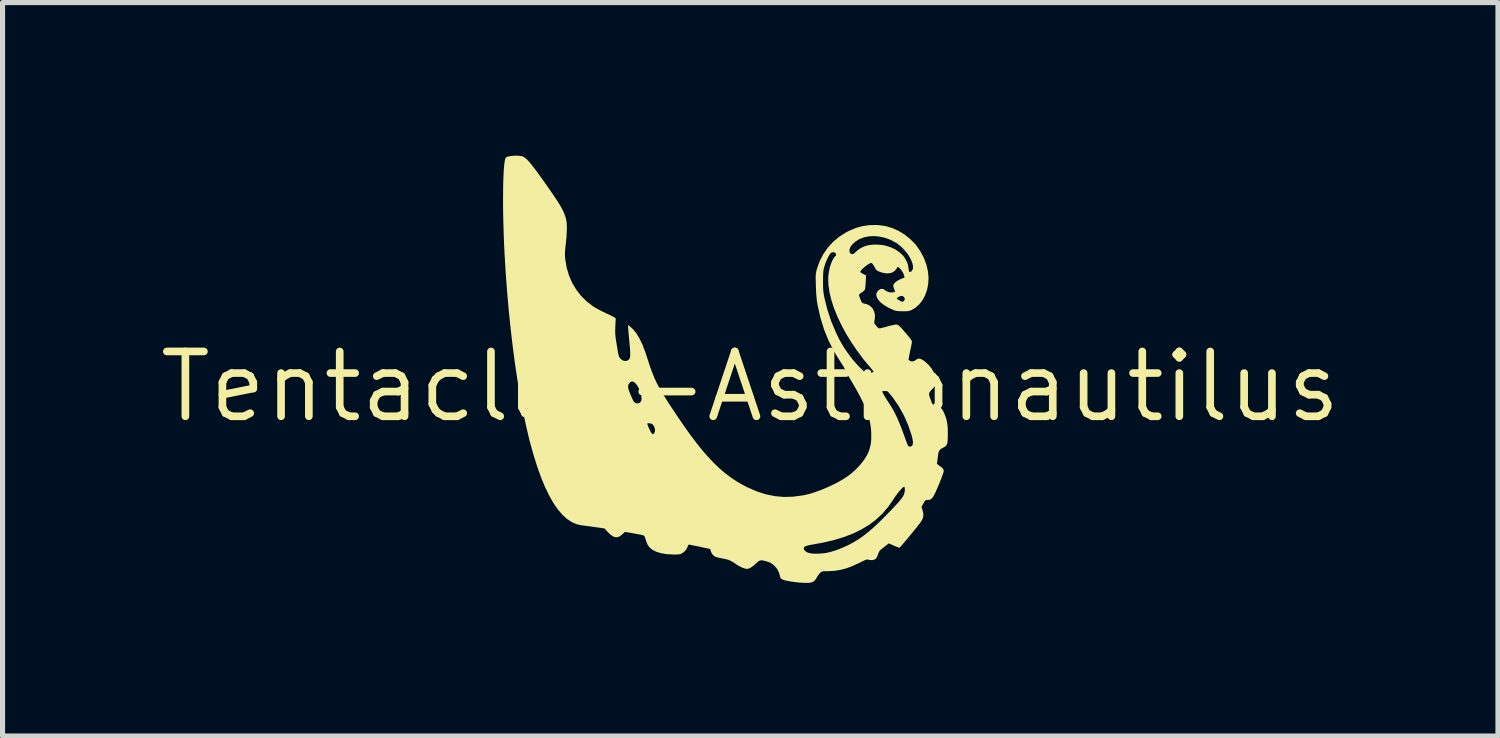
<source format=kicad_pcb>
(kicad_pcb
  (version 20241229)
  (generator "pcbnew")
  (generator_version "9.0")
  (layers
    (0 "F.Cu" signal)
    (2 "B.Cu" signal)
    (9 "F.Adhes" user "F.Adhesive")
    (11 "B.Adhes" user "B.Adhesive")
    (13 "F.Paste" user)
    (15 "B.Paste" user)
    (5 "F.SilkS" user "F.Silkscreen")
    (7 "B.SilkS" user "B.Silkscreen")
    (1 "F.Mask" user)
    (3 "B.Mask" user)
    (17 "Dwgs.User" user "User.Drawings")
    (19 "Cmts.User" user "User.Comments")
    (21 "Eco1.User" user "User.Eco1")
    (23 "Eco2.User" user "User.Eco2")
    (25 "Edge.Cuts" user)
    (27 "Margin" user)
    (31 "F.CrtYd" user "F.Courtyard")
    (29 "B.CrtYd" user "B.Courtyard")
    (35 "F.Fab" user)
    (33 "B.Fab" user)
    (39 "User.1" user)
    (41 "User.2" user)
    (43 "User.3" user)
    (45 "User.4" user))
  (footprint "Tentacle5-Astronautilus"
    (layer "F.Cu")
    (at 11.649 4.526)
    (property "Reference" "Tentacle5-Astronautilus" (at 0 0 0) (layer "F.SilkS") (effects (font (size 1.27 1.27) (thickness 0.15))))
    (attr board_only exclude_from_pos_files exclude_from_bom)
    (fp_poly (pts (xy -4.52 -4.523) (xy -4.475 -4.516) (xy -4.457 -4.51) (xy -4.431 -4.496) (xy -4.405 -4.477) (xy -4.375 -4.452) (xy -4.342 -4.417) (xy -4.304 -4.373) (xy -4.26 -4.317) (xy -4.207 -4.248) (xy -4.146 -4.165) (xy -4.075 -4.066) (xy -4.053 -4.036) (xy -3.968 -3.915) (xy -3.894 -3.809) (xy -3.831 -3.717) (xy -3.778 -3.636) (xy -3.734 -3.566) (xy -3.698 -3.503) (xy -3.669 -3.447) (xy -3.646 -3.396) (xy -3.628 -3.348) (xy -3.614 -3.301) (xy -3.603 -3.254) (xy -3.601 -3.244) (xy -3.595 -3.191) (xy -3.593 -3.119) (xy -3.595 -3.033) (xy -3.601 -2.934) (xy -3.611 -2.825) (xy -3.618 -2.765) (xy -3.625 -2.697) (xy -3.63 -2.643) (xy -3.631 -2.597) (xy -3.629 -2.551) (xy -3.625 -2.499) (xy -3.624 -2.493) (xy -3.597 -2.333) (xy -3.552 -2.18) (xy -3.489 -2.035) (xy -3.408 -1.9) (xy -3.312 -1.777) (xy -3.202 -1.668) (xy -3.077 -1.573) (xy -3.04 -1.55) (xy -3.002 -1.528) (xy -2.951 -1.501) (xy -2.891 -1.47) (xy -2.828 -1.44) (xy -2.796 -1.425) (xy -2.735 -1.396) (xy -2.691 -1.374) (xy -2.661 -1.358) (xy -2.643 -1.345) (xy -2.636 -1.335) (xy -2.635 -1.329) (xy -2.636 -1.311) (xy -2.639 -1.276) (xy -2.641 -1.23) (xy -2.644 -1.177) (xy -2.644 -1.17) (xy -2.646 -1.099) (xy -2.645 -1.039) (xy -2.64 -0.98) (xy -2.631 -0.913) (xy -2.629 -0.9) (xy -2.619 -0.84) (xy -2.609 -0.779) (xy -2.601 -0.724) (xy -2.595 -0.689) (xy -2.587 -0.645) (xy -2.576 -0.606) (xy -2.566 -0.579) (xy -2.565 -0.579) (xy -2.534 -0.539) (xy -2.495 -0.513) (xy -2.453 -0.503) (xy -2.413 -0.508) (xy -2.379 -0.53) (xy -2.377 -0.533) (xy -2.367 -0.547) (xy -2.359 -0.565) (xy -2.354 -0.589) (xy -2.352 -0.621) (xy -2.352 -0.664) (xy -2.355 -0.72) (xy -2.36 -0.791) (xy -2.368 -0.88) (xy -2.373 -0.927) (xy -2.379 -0.995) (xy -2.385 -1.058) (xy -2.389 -1.111) (xy -2.392 -1.152) (xy -2.394 -1.176) (xy -2.394 -1.179) (xy -2.394 -1.209) (xy -2.355 -1.179) (xy -2.29 -1.118) (xy -2.227 -1.038) (xy -2.167 -0.938) (xy -2.111 -0.82) (xy -2.059 -0.686) (xy -2.035 -0.614) (xy -2 -0.505) (xy -1.968 -0.408) (xy -1.937 -0.321) (xy -1.906 -0.24) (xy -1.875 -0.164) (xy -1.841 -0.091) (xy -1.803 -0.017) (xy -1.761 0.06) (xy -1.713 0.142) (xy -1.657 0.231) (xy -1.593 0.331) (xy -1.519 0.443) (xy -1.441 0.56) (xy -1.307 0.757) (xy -1.18 0.936) (xy -1.058 1.097) (xy -0.942 1.243) (xy -0.828 1.374) (xy -0.717 1.491) (xy -0.607 1.597) (xy -0.497 1.691) (xy -0.385 1.776) (xy -0.27 1.853) (xy -0.152 1.922) (xy -0.048 1.975) (xy 0.129 2.052) (xy 0.304 2.108) (xy 0.479 2.144) (xy 0.656 2.16) (xy 0.836 2.155) (xy 1.022 2.131) (xy 1.07 2.122) (xy 1.174 2.097) (xy 1.29 2.059) (xy 1.413 2.013) (xy 1.538 1.959) (xy 1.66 1.901) (xy 1.775 1.839) (xy 1.877 1.776) (xy 1.88 1.774) (xy 1.98 1.7) (xy 2.073 1.617) (xy 2.157 1.527) (xy 2.229 1.435) (xy 2.286 1.344) (xy 2.311 1.292) (xy 2.339 1.216) (xy 2.357 1.142) (xy 2.368 1.062) (xy 2.371 0.971) (xy 2.37 0.906) (xy 2.364 0.814) (xy 2.351 0.723) (xy 2.331 0.632) (xy 2.304 0.538) (xy 2.267 0.439) (xy 2.222 0.333) (xy 2.165 0.218) (xy 2.098 0.092) (xy 2.097 0.09) (xy 2.584 0.09) (xy 2.59 0.107) (xy 2.605 0.138) (xy 2.629 0.179) (xy 2.657 0.227) (xy 2.69 0.279) (xy 2.713 0.314) (xy 2.763 0.392) (xy 2.809 0.473) (xy 2.854 0.56) (xy 2.898 0.656) (xy 2.943 0.764) (xy 2.99 0.887) (xy 3.031 1) (xy 3.05 1.054) (xy 3.068 1.1) (xy 3.082 1.136) (xy 3.092 1.158) (xy 3.095 1.162) (xy 3.117 1.174) (xy 3.146 1.172) (xy 3.169 1.158) (xy 3.184 1.132) (xy 3.188 1.09) (xy 3.18 1.031) (xy 3.162 0.955) (xy 3.16 0.95) (xy 3.094 0.753) (xy 3.01 0.563) (xy 2.91 0.383) (xy 2.795 0.216) (xy 2.753 0.163) (xy 2.723 0.127) (xy 2.702 0.104) (xy 2.685 0.091) (xy 2.668 0.086) (xy 2.646 0.085) (xy 2.637 0.085) (xy 2.607 0.086) (xy 2.588 0.088) (xy 2.584 0.09) (xy 2.097 0.09) (xy 2.018 -0.048) (xy 1.98 -0.112) (xy 1.944 -0.173) (xy 1.912 -0.229) (xy 1.886 -0.276) (xy 1.866 -0.313) (xy 1.855 -0.336) (xy 1.854 -0.342) (xy 1.848 -0.357) (xy 1.832 -0.385) (xy 1.809 -0.423) (xy 1.78 -0.467) (xy 1.776 -0.474) (xy 1.647 -0.681) (xy 1.537 -0.896) (xy 1.446 -1.12) (xy 1.374 -1.355) (xy 1.319 -1.6) (xy 1.307 -1.67) (xy 1.302 -1.714) (xy 1.296 -1.774) (xy 1.291 -1.844) (xy 1.287 -1.919) (xy 1.285 -1.993) (xy 1.283 -2.065) (xy 1.426 -2.065) (xy 1.426 -1.991) (xy 1.427 -1.932) (xy 1.43 -1.884) (xy 1.435 -1.84) (xy 1.442 -1.796) (xy 1.452 -1.745) (xy 1.454 -1.736) (xy 1.512 -1.505) (xy 1.587 -1.279) (xy 1.678 -1.063) (xy 1.715 -0.986) (xy 1.759 -0.899) (xy 1.802 -0.824) (xy 1.846 -0.752) (xy 1.897 -0.678) (xy 1.955 -0.598) (xy 2.006 -0.533) (xy 2.062 -0.468) (xy 2.12 -0.404) (xy 2.179 -0.345) (xy 2.237 -0.29) (xy 2.29 -0.244) (xy 2.338 -0.207) (xy 2.377 -0.183) (xy 2.407 -0.172) (xy 2.414 -0.172) (xy 2.434 -0.178) (xy 2.443 -0.196) (xy 2.445 -0.209) (xy 2.444 -0.236) (xy 2.435 -0.265) (xy 2.415 -0.298) (xy 2.383 -0.34) (xy 2.357 -0.371) (xy 2.221 -0.533) (xy 2.096 -0.7) (xy 1.981 -0.869) (xy 1.877 -1.038) (xy 1.786 -1.208) (xy 1.707 -1.374) (xy 1.641 -1.537) (xy 1.59 -1.695) (xy 1.553 -1.846) (xy 1.532 -1.988) (xy 1.527 -2.12) (xy 1.529 -2.16) (xy 1.54 -2.247) (xy 1.557 -2.33) (xy 1.581 -2.407) (xy 1.608 -2.473) (xy 1.638 -2.524) (xy 1.659 -2.548) (xy 1.678 -2.568) (xy 1.682 -2.586) (xy 1.678 -2.603) (xy 1.66 -2.627) (xy 1.631 -2.636) (xy 1.598 -2.63) (xy 1.583 -2.622) (xy 1.564 -2.602) (xy 1.541 -2.566) (xy 1.516 -2.519) (xy 1.491 -2.465) (xy 1.469 -2.408) (xy 1.451 -2.353) (xy 1.449 -2.346) (xy 1.441 -2.312) (xy 1.434 -2.278) (xy 1.43 -2.242) (xy 1.428 -2.197) (xy 1.426 -2.14) (xy 1.426 -2.066) (xy 1.426 -2.065) (xy 1.283 -2.065) (xy 1.283 -2.067) (xy 1.282 -2.123) (xy 1.282 -2.167) (xy 1.284 -2.201) (xy 1.287 -2.23) (xy 1.293 -2.258) (xy 1.301 -2.289) (xy 1.307 -2.31) (xy 1.359 -2.458) (xy 1.43 -2.595) (xy 1.47 -2.653) (xy 1.942 -2.653) (xy 1.95 -2.628) (xy 1.973 -2.602) (xy 2.002 -2.596) (xy 2.034 -2.609) (xy 2.056 -2.63) (xy 2.101 -2.673) (xy 2.16 -2.713) (xy 2.229 -2.746) (xy 2.252 -2.755) (xy 2.323 -2.773) (xy 2.406 -2.783) (xy 2.495 -2.784) (xy 2.583 -2.776) (xy 2.643 -2.765) (xy 2.753 -2.731) (xy 2.851 -2.684) (xy 2.934 -2.625) (xy 3.003 -2.557) (xy 3.054 -2.48) (xy 3.088 -2.396) (xy 3.101 -2.319) (xy 3.107 -2.274) (xy 3.116 -2.25) (xy 3.131 -2.245) (xy 3.153 -2.258) (xy 3.167 -2.271) (xy 3.186 -2.307) (xy 3.19 -2.353) (xy 3.18 -2.407) (xy 3.158 -2.468) (xy 3.126 -2.533) (xy 3.084 -2.599) (xy 3.033 -2.663) (xy 2.976 -2.724) (xy 2.913 -2.779) (xy 2.862 -2.815) (xy 2.758 -2.873) (xy 2.65 -2.914) (xy 2.541 -2.94) (xy 2.432 -2.951) (xy 2.327 -2.946) (xy 2.227 -2.926) (xy 2.136 -2.89) (xy 2.055 -2.839) (xy 1.999 -2.787) (xy 1.965 -2.741) (xy 1.946 -2.695) (xy 1.942 -2.653) (xy 1.47 -2.653) (xy 1.517 -2.722) (xy 1.621 -2.836) (xy 1.74 -2.936) (xy 1.873 -3.021) (xy 1.94 -3.056) (xy 2.07 -3.11) (xy 2.199 -3.146) (xy 2.332 -3.165) (xy 2.473 -3.168) (xy 2.521 -3.165) (xy 2.65 -3.147) (xy 2.778 -3.109) (xy 2.903 -3.054) (xy 3.022 -2.982) (xy 3.132 -2.895) (xy 3.23 -2.795) (xy 3.256 -2.764) (xy 3.336 -2.647) (xy 3.401 -2.524) (xy 3.45 -2.395) (xy 3.48 -2.265) (xy 3.493 -2.136) (xy 3.487 -2.018) (xy 3.464 -1.898) (xy 3.425 -1.789) (xy 3.374 -1.693) (xy 3.309 -1.611) (xy 3.233 -1.545) (xy 3.169 -1.507) (xy 3.141 -1.494) (xy 3.116 -1.486) (xy 3.089 -1.481) (xy 3.053 -1.478) (xy 3.003 -1.478) (xy 2.987 -1.478) (xy 2.931 -1.479) (xy 2.891 -1.481) (xy 2.858 -1.486) (xy 2.828 -1.494) (xy 2.794 -1.508) (xy 2.792 -1.509) (xy 2.701 -1.551) (xy 2.623 -1.598) (xy 2.559 -1.647) (xy 2.512 -1.697) (xy 2.494 -1.727) (xy 2.87 -1.727) (xy 2.879 -1.717) (xy 2.9 -1.703) (xy 2.928 -1.686) (xy 2.956 -1.672) (xy 2.977 -1.664) (xy 2.981 -1.663) (xy 2.996 -1.67) (xy 3.01 -1.68) (xy 3.026 -1.707) (xy 3.025 -1.735) (xy 3.01 -1.76) (xy 2.983 -1.776) (xy 2.961 -1.779) (xy 2.938 -1.774) (xy 2.911 -1.762) (xy 2.887 -1.746) (xy 2.872 -1.732) (xy 2.87 -1.727) (xy 2.494 -1.727) (xy 2.481 -1.748) (xy 2.469 -1.797) (xy 2.472 -1.828) (xy 2.485 -1.854) (xy 2.506 -1.882) (xy 2.51 -1.887) (xy 2.545 -1.91) (xy 2.582 -1.918) (xy 2.616 -1.909) (xy 2.632 -1.896) (xy 2.667 -1.87) (xy 2.715 -1.853) (xy 2.766 -1.846) (xy 2.791 -1.848) (xy 2.819 -1.853) (xy 2.836 -1.858) (xy 2.839 -1.859) (xy 2.835 -1.871) (xy 2.826 -1.895) (xy 2.817 -1.918) (xy 2.806 -1.952) (xy 2.801 -1.98) (xy 2.802 -1.992) (xy 2.821 -2.023) (xy 2.856 -2.056) (xy 2.904 -2.088) (xy 2.96 -2.115) (xy 3.016 -2.135) (xy 3.021 -2.146) (xy 3.017 -2.171) (xy 3.006 -2.204) (xy 2.988 -2.241) (xy 2.977 -2.26) (xy 2.956 -2.289) (xy 2.933 -2.315) (xy 2.91 -2.335) (xy 2.893 -2.346) (xy 2.884 -2.344) (xy 2.862 -2.305) (xy 2.828 -2.268) (xy 2.791 -2.241) (xy 2.738 -2.224) (xy 2.673 -2.22) (xy 2.603 -2.23) (xy 2.543 -2.248) (xy 2.507 -2.263) (xy 2.48 -2.278) (xy 2.467 -2.289) (xy 2.442 -2.336) (xy 2.417 -2.376) (xy 2.395 -2.407) (xy 2.378 -2.423) (xy 2.373 -2.426) (xy 2.349 -2.419) (xy 2.317 -2.402) (xy 2.28 -2.377) (xy 2.243 -2.348) (xy 2.208 -2.317) (xy 2.179 -2.288) (xy 2.16 -2.263) (xy 2.155 -2.246) (xy 2.156 -2.244) (xy 2.168 -2.234) (xy 2.193 -2.219) (xy 2.216 -2.207) (xy 2.269 -2.18) (xy 2.262 -2.057) (xy 2.259 -2.005) (xy 2.255 -1.96) (xy 2.251 -1.926) (xy 2.249 -1.909) (xy 2.236 -1.889) (xy 2.209 -1.864) (xy 2.186 -1.848) (xy 2.157 -1.827) (xy 2.136 -1.809) (xy 2.129 -1.798) (xy 2.133 -1.782) (xy 2.143 -1.753) (xy 2.157 -1.716) (xy 2.159 -1.711) (xy 2.175 -1.671) (xy 2.189 -1.648) (xy 2.202 -1.637) (xy 2.214 -1.633) (xy 2.288 -1.615) (xy 2.35 -1.581) (xy 2.397 -1.533) (xy 2.428 -1.473) (xy 2.443 -1.403) (xy 2.439 -1.325) (xy 2.436 -1.309) (xy 2.43 -1.274) (xy 2.43 -1.252) (xy 2.437 -1.234) (xy 2.453 -1.212) (xy 2.454 -1.211) (xy 2.477 -1.181) (xy 2.494 -1.161) (xy 2.509 -1.148) (xy 2.527 -1.143) (xy 2.551 -1.145) (xy 2.585 -1.153) (xy 2.634 -1.166) (xy 2.669 -1.176) (xy 2.726 -1.191) (xy 2.778 -1.204) (xy 2.821 -1.213) (xy 2.85 -1.218) (xy 2.857 -1.218) (xy 2.872 -1.217) (xy 2.887 -1.213) (xy 2.904 -1.203) (xy 2.924 -1.185) (xy 2.951 -1.159) (xy 2.985 -1.121) (xy 3.03 -1.069) (xy 3.055 -1.04) (xy 3.1 -0.987) (xy 3.132 -0.947) (xy 3.153 -0.917) (xy 3.164 -0.895) (xy 3.167 -0.879) (xy 3.165 -0.858) (xy 3.158 -0.821) (xy 3.149 -0.773) (xy 3.137 -0.719) (xy 3.135 -0.71) (xy 3.124 -0.658) (xy 3.115 -0.614) (xy 3.109 -0.581) (xy 3.108 -0.563) (xy 3.109 -0.562) (xy 3.106 -0.551) (xy 3.101 -0.548) (xy 3.096 -0.539) (xy 3.109 -0.521) (xy 3.111 -0.518) (xy 3.145 -0.497) (xy 3.184 -0.495) (xy 3.225 -0.51) (xy 3.241 -0.522) (xy 3.276 -0.545) (xy 3.311 -0.551) (xy 3.35 -0.54) (xy 3.397 -0.512) (xy 3.407 -0.505) (xy 3.488 -0.435) (xy 3.554 -0.354) (xy 3.601 -0.273) (xy 3.633 -0.202) (xy 3.65 -0.143) (xy 3.653 -0.093) (xy 3.64 -0.047) (xy 3.611 -0.003) (xy 3.579 0.033) (xy 3.54 0.074) (xy 3.515 0.106) (xy 3.504 0.134) (xy 3.504 0.163) (xy 3.514 0.199) (xy 3.52 0.216) (xy 3.535 0.255) (xy 3.549 0.291) (xy 3.556 0.312) (xy 3.564 0.33) (xy 3.578 0.344) (xy 3.603 0.356) (xy 3.638 0.368) (xy 3.692 0.389) (xy 3.731 0.413) (xy 3.761 0.446) (xy 3.787 0.493) (xy 3.793 0.505) (xy 3.824 0.58) (xy 3.846 0.652) (xy 3.861 0.728) (xy 3.869 0.812) (xy 3.871 0.911) (xy 3.87 0.989) (xy 3.868 1.048) (xy 3.863 1.093) (xy 3.854 1.126) (xy 3.841 1.15) (xy 3.823 1.169) (xy 3.798 1.185) (xy 3.788 1.19) (xy 3.746 1.213) (xy 3.717 1.235) (xy 3.699 1.26) (xy 3.687 1.294) (xy 3.679 1.341) (xy 3.675 1.372) (xy 3.67 1.419) (xy 3.665 1.459) (xy 3.66 1.487) (xy 3.658 1.496) (xy 3.662 1.513) (xy 3.684 1.534) (xy 3.697 1.543) (xy 3.742 1.575) (xy 3.77 1.599) (xy 3.785 1.621) (xy 3.79 1.644) (xy 3.789 1.661) (xy 3.784 1.683) (xy 3.771 1.72) (xy 3.753 1.77) (xy 3.73 1.829) (xy 3.704 1.894) (xy 3.692 1.923) (xy 3.656 2.008) (xy 3.626 2.075) (xy 3.6 2.127) (xy 3.578 2.164) (xy 3.556 2.19) (xy 3.535 2.207) (xy 3.511 2.216) (xy 3.485 2.219) (xy 3.478 2.219) (xy 3.453 2.221) (xy 3.435 2.226) (xy 3.421 2.238) (xy 3.405 2.263) (xy 3.392 2.287) (xy 3.355 2.354) (xy 3.373 2.411) (xy 3.389 2.478) (xy 3.391 2.533) (xy 3.378 2.585) (xy 3.35 2.637) (xy 3.34 2.651) (xy 3.319 2.68) (xy 3.288 2.719) (xy 3.251 2.767) (xy 3.208 2.82) (xy 3.162 2.876) (xy 3.115 2.933) (xy 3.07 2.988) (xy 3.026 3.039) (xy 2.988 3.084) (xy 2.957 3.12) (xy 2.934 3.145) (xy 2.923 3.156) (xy 2.922 3.156) (xy 2.908 3.152) (xy 2.88 3.141) (xy 2.841 3.126) (xy 2.812 3.113) (xy 2.714 3.07) (xy 2.62 3.143) (xy 2.578 3.176) (xy 2.55 3.2) (xy 2.531 3.221) (xy 2.519 3.243) (xy 2.508 3.27) (xy 2.504 3.281) (xy 2.49 3.319) (xy 2.474 3.351) (xy 2.463 3.368) (xy 2.432 3.388) (xy 2.388 3.398) (xy 2.339 3.395) (xy 2.324 3.391) (xy 2.306 3.387) (xy 2.29 3.386) (xy 2.272 3.389) (xy 2.248 3.398) (xy 2.215 3.413) (xy 2.169 3.436) (xy 2.138 3.451) (xy 2.009 3.511) (xy 1.888 3.557) (xy 1.772 3.588) (xy 1.655 3.607) (xy 1.533 3.614) (xy 1.525 3.614) (xy 1.473 3.615) (xy 1.437 3.616) (xy 1.413 3.62) (xy 1.396 3.626) (xy 1.381 3.636) (xy 1.368 3.648) (xy 1.344 3.676) (xy 1.318 3.713) (xy 1.3 3.743) (xy 1.275 3.783) (xy 1.248 3.811) (xy 1.215 3.829) (xy 1.171 3.84) (xy 1.113 3.844) (xy 1.075 3.844) (xy 1.019 3.842) (xy 0.952 3.837) (xy 0.883 3.829) (xy 0.841 3.824) (xy 0.762 3.811) (xy 0.701 3.799) (xy 0.656 3.787) (xy 0.624 3.774) (xy 0.603 3.758) (xy 0.589 3.737) (xy 0.581 3.712) (xy 0.579 3.697) (xy 0.558 3.63) (xy 0.521 3.564) (xy 0.474 3.509) (xy 0.432 3.474) (xy 0.392 3.449) (xy 0.347 3.43) (xy 0.3 3.417) (xy 0.25 3.405) (xy 0.214 3.401) (xy 0.185 3.407) (xy 0.157 3.424) (xy 0.123 3.454) (xy 0.107 3.469) (xy 0.048 3.519) (xy -0.004 3.553) (xy -0.048 3.569) (xy -0.061 3.57) (xy -0.105 3.563) (xy -0.158 3.544) (xy -0.217 3.515) (xy -0.273 3.481) (xy -0.326 3.445) (xy -0.368 3.419) (xy -0.406 3.401) (xy -0.444 3.388) (xy -0.489 3.377) (xy -0.533 3.368) (xy -0.582 3.358) (xy -0.627 3.348) (xy -0.662 3.34) (xy -0.675 3.336) (xy -0.715 3.313) (xy -0.749 3.274) (xy -0.773 3.225) (xy -0.774 3.221) (xy -0.786 3.18) (xy -0.819 3.173) (xy 1.049 3.173) (xy 1.058 3.199) (xy 1.082 3.224) (xy 1.116 3.246) (xy 1.152 3.258) (xy 1.181 3.263) (xy 1.2 3.267) (xy 1.202 3.268) (xy 1.225 3.271) (xy 1.264 3.272) (xy 1.313 3.272) (xy 1.367 3.269) (xy 1.42 3.265) (xy 1.467 3.26) (xy 1.485 3.257) (xy 1.581 3.235) (xy 1.688 3.202) (xy 1.8 3.158) (xy 1.912 3.107) (xy 1.917 3.105) (xy 2.017 3.052) (xy 2.112 2.995) (xy 2.205 2.931) (xy 2.298 2.859) (xy 2.396 2.775) (xy 2.501 2.679) (xy 2.601 2.58) (xy 2.696 2.484) (xy 2.776 2.402) (xy 2.843 2.331) (xy 2.897 2.271) (xy 2.94 2.221) (xy 2.972 2.18) (xy 2.995 2.145) (xy 3.009 2.117) (xy 3.013 2.105) (xy 3.025 2.055) (xy 3.029 2.01) (xy 3.025 1.975) (xy 3.02 1.962) (xy 3.009 1.961) (xy 2.988 1.976) (xy 2.96 2.003) (xy 2.926 2.041) (xy 2.889 2.087) (xy 2.851 2.138) (xy 2.813 2.193) (xy 2.799 2.215) (xy 2.701 2.356) (xy 2.592 2.483) (xy 2.47 2.599) (xy 2.335 2.702) (xy 2.185 2.793) (xy 2.021 2.874) (xy 1.84 2.944) (xy 1.642 3.004) (xy 1.427 3.055) (xy 1.272 3.083) (xy 1.197 3.097) (xy 1.14 3.108) (xy 1.1 3.119) (xy 1.073 3.13) (xy 1.057 3.143) (xy 1.05 3.158) (xy 1.049 3.173) (xy -0.819 3.173) (xy -0.989 3.136) (xy -1.052 3.123) (xy -1.108 3.111) (xy -1.155 3.102) (xy -1.187 3.095) (xy -1.203 3.093) (xy -1.203 3.093) (xy -1.213 3.102) (xy -1.224 3.125) (xy -1.227 3.135) (xy -1.255 3.192) (xy -1.301 3.24) (xy -1.339 3.265) (xy -1.359 3.275) (xy -1.381 3.282) (xy -1.408 3.286) (xy -1.445 3.288) (xy -1.497 3.288) (xy -1.515 3.287) (xy -1.637 3.281) (xy -1.745 3.263) (xy -1.838 3.235) (xy -1.914 3.198) (xy -1.972 3.15) (xy -2.01 3.098) (xy -2.022 3.072) (xy -2.036 3.033) (xy -2.05 2.992) (xy -2.062 2.954) (xy -2.072 2.931) (xy -2.084 2.918) (xy -2.103 2.911) (xy -2.121 2.906) (xy -2.15 2.899) (xy -2.195 2.891) (xy -2.248 2.881) (xy -2.306 2.87) (xy -2.313 2.869) (xy -2.456 2.845) (xy -2.508 2.894) (xy -2.556 2.931) (xy -2.602 2.949) (xy -2.648 2.948) (xy -2.697 2.929) (xy -2.749 2.889) (xy -2.794 2.844) (xy -2.856 2.777) (xy -3.046 2.75) (xy -3.112 2.741) (xy -3.176 2.732) (xy -3.233 2.725) (xy -3.277 2.719) (xy -3.299 2.717) (xy -3.4 2.695) (xy -3.497 2.653) (xy -3.592 2.59) (xy -3.683 2.506) (xy -3.772 2.402) (xy -3.858 2.277) (xy -3.941 2.13) (xy -4.022 1.963) (xy -4.099 1.776) (xy -4.174 1.567) (xy -4.246 1.337) (xy -4.316 1.086) (xy -4.333 1.019) (xy -4.394 0.76) (xy -4.402 0.722) (xy -2.018 0.722) (xy -2.016 0.734) (xy -2.007 0.76) (xy -1.992 0.797) (xy -1.977 0.83) (xy -1.952 0.881) (xy -1.932 0.913) (xy -1.915 0.929) (xy -1.901 0.929) (xy -1.885 0.915) (xy -1.881 0.909) (xy -1.867 0.872) (xy -1.868 0.828) (xy -1.882 0.783) (xy -1.908 0.744) (xy -1.916 0.737) (xy -1.939 0.724) (xy -1.97 0.717) (xy -1.999 0.716) (xy -2.018 0.722) (xy -2.018 0.722) (xy -4.402 0.722) (xy -4.453 0.482) (xy -4.509 0.186) (xy -4.541 -0.008) (xy -2.394 -0.008) (xy -2.389 0.038) (xy -2.371 0.095) (xy -2.358 0.126) (xy -2.339 0.171) (xy -2.32 0.215) (xy -2.305 0.249) (xy -2.304 0.252) (xy -2.279 0.296) (xy -2.249 0.32) (xy -2.21 0.328) (xy -2.207 0.328) (xy -2.174 0.321) (xy -2.15 0.299) (xy -2.137 0.28) (xy -2.131 0.259) (xy -2.13 0.228) (xy -2.132 0.2) (xy -2.141 0.144) (xy -2.16 0.085) (xy -2.185 0.028) (xy -2.216 -0.024) (xy -2.249 -0.066) (xy -2.281 -0.093) (xy -2.301 -0.101) (xy -2.324 -0.102) (xy -2.345 -0.091) (xy -2.362 -0.076) (xy -2.385 -0.045) (xy -2.394 -0.008) (xy -4.541 -0.008) (xy -4.561 -0.126) (xy -4.61 -0.452) (xy -4.654 -0.791) (xy -4.695 -1.14) (xy -4.732 -1.499) (xy -4.764 -1.865) (xy -4.792 -2.237) (xy -4.808 -2.505) (xy -4.818 -2.683) (xy -4.826 -2.862) (xy -4.832 -3.04) (xy -4.837 -3.214) (xy -4.841 -3.384) (xy -4.843 -3.548) (xy -4.843 -3.704) (xy -4.842 -3.85) (xy -4.84 -3.986) (xy -4.836 -4.108) (xy -4.831 -4.217) (xy -4.824 -4.309) (xy -4.816 -4.384) (xy -4.807 -4.439) (xy -4.805 -4.446) (xy -4.797 -4.476) (xy -4.785 -4.492) (xy -4.764 -4.503) (xy -4.74 -4.51) (xy -4.692 -4.52) (xy -4.635 -4.525) (xy -4.575 -4.526)) (stroke (width 0) (type solid)) (fill yes) (layer "F.SilkS")))
  (gr_rect
    (start -3 -3)
    (end 26.298 11.37)
    (stroke (width 0.1) (type default))
    (fill no)
    (layer "Edge.Cuts")))
</source>
